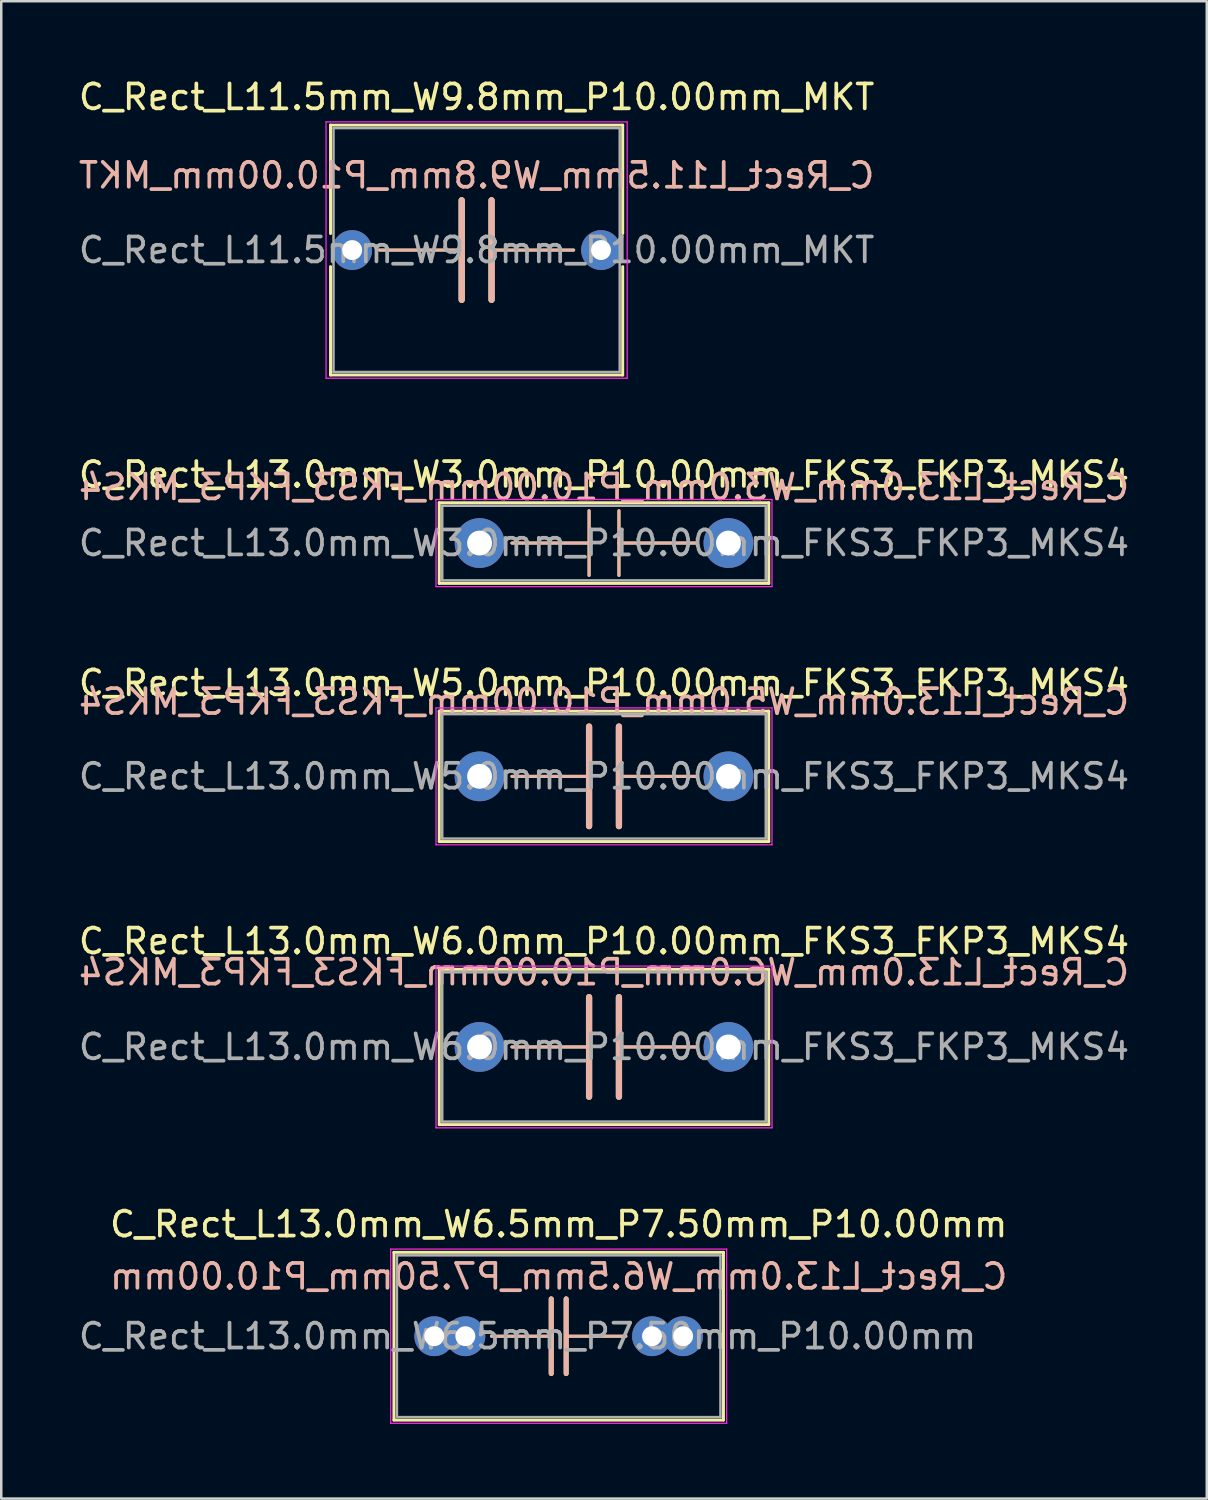
<source format=kicad_pcb>
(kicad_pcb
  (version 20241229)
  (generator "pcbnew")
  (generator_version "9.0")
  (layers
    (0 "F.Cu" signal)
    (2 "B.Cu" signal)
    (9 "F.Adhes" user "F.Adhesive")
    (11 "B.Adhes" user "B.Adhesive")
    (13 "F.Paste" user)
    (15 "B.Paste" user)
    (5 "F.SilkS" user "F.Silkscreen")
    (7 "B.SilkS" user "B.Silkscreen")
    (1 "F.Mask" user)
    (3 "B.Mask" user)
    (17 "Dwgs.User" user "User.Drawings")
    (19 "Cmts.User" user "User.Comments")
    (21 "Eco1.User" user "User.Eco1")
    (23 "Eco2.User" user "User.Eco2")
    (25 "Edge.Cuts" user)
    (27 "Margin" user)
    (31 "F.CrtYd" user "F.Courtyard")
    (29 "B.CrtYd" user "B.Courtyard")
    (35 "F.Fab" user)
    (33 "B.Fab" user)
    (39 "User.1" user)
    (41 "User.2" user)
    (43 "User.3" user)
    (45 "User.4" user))
  (footprint "C_Rect_L13.0mm_W6.5mm_P7.50mm_P10.00mm"
    (layer "F.Cu")
    (at 14.399 50.641)
    (property "Reference" "C_Rect_L13.0mm_W6.5mm_P7.50mm_P10.00mm" (at 5 -4.5 0) (layer "F.SilkS") (effects (font (size 1 1) (thickness 0.15))))
    (fp_line (start -1.62 -3.37) (end -1.62 3.37) (stroke (width 0.12) (type solid)) (layer "F.SilkS"))
    (fp_line (start -1.62 -3.37) (end 11.62 -3.37) (stroke (width 0.12) (type solid)) (layer "F.SilkS"))
    (fp_line (start -1.62 3.37) (end 11.62 3.37) (stroke (width 0.12) (type solid)) (layer "F.SilkS"))
    (fp_line (start 2.3 0) (end 4.7 0) (stroke (width 0.12) (type solid)) (layer "F.SilkS"))
    (fp_line (start 4.7 -1.5) (end 4.7 1.5) (stroke (width 0.2) (type solid)) (layer "F.SilkS"))
    (fp_line (start 5.3 -1.5) (end 5.3 1.5) (stroke (width 0.2) (type solid)) (layer "F.SilkS"))
    (fp_line (start 5.3 0) (end 7.7 0) (stroke (width 0.12) (type solid)) (layer "F.SilkS"))
    (fp_line (start 11.62 -3.37) (end 11.62 3.37) (stroke (width 0.12) (type solid)) (layer "F.SilkS"))
    (fp_line (start 2.3 0) (end 4.7 0) (stroke (width 0.12) (type solid)) (layer "B.SilkS"))
    (fp_line (start 4.7 1.5) (end 4.7 -1.5) (stroke (width 0.2) (type solid)) (layer "B.SilkS"))
    (fp_line (start 5.3 0) (end 7.7 0) (stroke (width 0.12) (type solid)) (layer "B.SilkS"))
    (fp_line (start 5.3 1.5) (end 5.3 -1.5) (stroke (width 0.2) (type solid)) (layer "B.SilkS"))
    (fp_line (start -1.75 -3.5) (end -1.75 3.5) (stroke (width 0.05) (type solid)) (layer "F.CrtYd"))
    (fp_line (start -1.75 3.5) (end 11.75 3.5) (stroke (width 0.05) (type solid)) (layer "F.CrtYd"))
    (fp_line (start 11.75 -3.5) (end -1.75 -3.5) (stroke (width 0.05) (type solid)) (layer "F.CrtYd"))
    (fp_line (start 11.75 3.5) (end 11.75 -3.5) (stroke (width 0.05) (type solid)) (layer "F.CrtYd"))
    (fp_line (start -1.5 -3.25) (end -1.5 3.25) (stroke (width 0.1) (type solid)) (layer "F.Fab"))
    (fp_line (start -1.5 3.25) (end 11.5 3.25) (stroke (width 0.1) (type solid)) (layer "F.Fab"))
    (fp_line (start 11.5 -3.25) (end -1.5 -3.25) (stroke (width 0.1) (type solid)) (layer "F.Fab"))
    (fp_line (start 11.5 3.25) (end 11.5 -3.25) (stroke (width 0.1) (type solid)) (layer "F.Fab"))
    (fp_text user "${REFERENCE}" (at 5 -2.4 0) (layer "B.SilkS") (effects (font (size 1 1) (thickness 0.15)) (justify mirror)))
    (fp_text user "${REFERENCE}" (at 3.75 0 0) (layer "F.Fab") (effects (font (size 1 1) (thickness 0.15))))
    (pad "1" thru_hole circle (at 0 0) (size 1.6 1.6) (drill 0.8) (layers "*.Cu" "*.Mask"))
    (pad "1" thru_hole circle (at 1.25 0) (size 1.6 1.6) (drill 0.8) (layers "*.Cu" "*.Mask"))
    (pad "2" thru_hole circle (at 8.75 0) (size 1.6 1.6) (drill 0.8) (layers "*.Cu" "*.Mask"))
    (pad "2" thru_hole circle (at 10 0) (size 1.6 1.6) (drill 0.8) (layers "*.Cu" "*.Mask")))
  (footprint "C_Rect_L13.0mm_W5.0mm_P10.00mm_FKS3_FKP3_MKS4"
    (layer "F.Cu")
    (at 16.22 28.145)
    (property "Reference" "C_Rect_L13.0mm_W5.0mm_P10.00mm_FKS3_FKP3_MKS4" (at 5 -3.75 0) (layer "F.SilkS") (effects (font (size 1 1) (thickness 0.15))))
    (fp_line (start -1.62 -2.62) (end -1.62 2.62) (stroke (width 0.12) (type solid)) (layer "F.SilkS"))
    (fp_line (start -1.62 -2.62) (end 11.62 -2.62) (stroke (width 0.12) (type solid)) (layer "F.SilkS"))
    (fp_line (start -1.62 2.62) (end 11.62 2.62) (stroke (width 0.12) (type solid)) (layer "F.SilkS"))
    (fp_line (start 1.3 0) (end 4.4 0) (stroke (width 0.12) (type solid)) (layer "F.SilkS"))
    (fp_line (start 4.4 2) (end 4.4 -2) (stroke (width 0.25) (type solid)) (layer "F.SilkS"))
    (fp_line (start 5.6 2) (end 5.6 -2) (stroke (width 0.25) (type solid)) (layer "F.SilkS"))
    (fp_line (start 8.7 0) (end 5.6 0) (stroke (width 0.12) (type solid)) (layer "F.SilkS"))
    (fp_line (start 11.62 -2.62) (end 11.62 2.62) (stroke (width 0.12) (type solid)) (layer "F.SilkS"))
    (fp_line (start 1.3 0) (end 4.4 0) (stroke (width 0.12) (type solid)) (layer "B.SilkS"))
    (fp_line (start 4.4 -2) (end 4.4 2) (stroke (width 0.25) (type solid)) (layer "B.SilkS"))
    (fp_line (start 5.6 -2) (end 5.6 2) (stroke (width 0.25) (type solid)) (layer "B.SilkS"))
    (fp_line (start 8.7 0) (end 5.6 0) (stroke (width 0.12) (type solid)) (layer "B.SilkS"))
    (fp_line (start -1.75 -2.75) (end -1.75 2.75) (stroke (width 0.05) (type solid)) (layer "F.CrtYd"))
    (fp_line (start -1.75 2.75) (end 11.75 2.75) (stroke (width 0.05) (type solid)) (layer "F.CrtYd"))
    (fp_line (start 11.75 -2.75) (end -1.75 -2.75) (stroke (width 0.05) (type solid)) (layer "F.CrtYd"))
    (fp_line (start 11.75 2.75) (end 11.75 -2.75) (stroke (width 0.05) (type solid)) (layer "F.CrtYd"))
    (fp_line (start -1.5 -2.5) (end -1.5 2.5) (stroke (width 0.1) (type solid)) (layer "F.Fab"))
    (fp_line (start -1.5 2.5) (end 11.5 2.5) (stroke (width 0.1) (type solid)) (layer "F.Fab"))
    (fp_line (start 11.5 -2.5) (end -1.5 -2.5) (stroke (width 0.1) (type solid)) (layer "F.Fab"))
    (fp_line (start 11.5 2.5) (end 11.5 -2.5) (stroke (width 0.1) (type solid)) (layer "F.Fab"))
    (fp_text user "${REFERENCE}" (at 5 -3 0) (layer "B.SilkS") (effects (font (size 1 1) (thickness 0.15)) (justify mirror)))
    (fp_text user "${REFERENCE}" (at 5 0 0) (layer "F.Fab") (effects (font (size 1 1) (thickness 0.15))))
    (pad "1" thru_hole circle (at 0 0) (size 2 2) (drill 1) (layers "*.Cu" "*.Mask"))
    (pad "2" thru_hole circle (at 10 0) (size 2 2) (drill 1) (layers "*.Cu" "*.Mask")))
  (footprint "C_Rect_L13.0mm_W3.0mm_P10.00mm_FKS3_FKP3_MKS4"
    (layer "F.Cu")
    (at 16.22 18.771)
    (property "Reference" "C_Rect_L13.0mm_W3.0mm_P10.00mm_FKS3_FKP3_MKS4" (at 5 -2.75 0) (layer "F.SilkS") (effects (font (size 1 1) (thickness 0.15))))
    (fp_line (start -1.62 -1.62) (end -1.62 1.62) (stroke (width 0.12) (type solid)) (layer "F.SilkS"))
    (fp_line (start -1.62 -1.62) (end 11.62 -1.62) (stroke (width 0.12) (type solid)) (layer "F.SilkS"))
    (fp_line (start -1.62 1.62) (end 11.62 1.62) (stroke (width 0.12) (type solid)) (layer "F.SilkS"))
    (fp_line (start 1.3 0) (end 4.4 0) (stroke (width 0.12) (type solid)) (layer "F.SilkS"))
    (fp_line (start 4.4 1.3) (end 4.4 -1.3) (stroke (width 0.12) (type solid)) (layer "F.SilkS"))
    (fp_line (start 5.6 1.3) (end 5.6 -1.3) (stroke (width 0.12) (type solid)) (layer "F.SilkS"))
    (fp_line (start 8.7 0) (end 5.6 0) (stroke (width 0.12) (type solid)) (layer "F.SilkS"))
    (fp_line (start 11.62 -1.62) (end 11.62 1.62) (stroke (width 0.12) (type solid)) (layer "F.SilkS"))
    (fp_line (start 1.3 0) (end 4.4 0) (stroke (width 0.12) (type solid)) (layer "B.SilkS"))
    (fp_line (start 4.4 -1.3) (end 4.4 1.3) (stroke (width 0.12) (type solid)) (layer "B.SilkS"))
    (fp_line (start 5.6 -1.3) (end 5.6 1.3) (stroke (width 0.12) (type solid)) (layer "B.SilkS"))
    (fp_line (start 8.7 0) (end 5.6 0) (stroke (width 0.12) (type solid)) (layer "B.SilkS"))
    (fp_line (start -1.75 -1.75) (end -1.75 1.75) (stroke (width 0.05) (type solid)) (layer "F.CrtYd"))
    (fp_line (start -1.75 1.75) (end 11.75 1.75) (stroke (width 0.05) (type solid)) (layer "F.CrtYd"))
    (fp_line (start 11.75 -1.75) (end -1.75 -1.75) (stroke (width 0.05) (type solid)) (layer "F.CrtYd"))
    (fp_line (start 11.75 1.75) (end 11.75 -1.75) (stroke (width 0.05) (type solid)) (layer "F.CrtYd"))
    (fp_line (start -1.5 -1.5) (end -1.5 1.5) (stroke (width 0.1) (type solid)) (layer "F.Fab"))
    (fp_line (start -1.5 1.5) (end 11.5 1.5) (stroke (width 0.1) (type solid)) (layer "F.Fab"))
    (fp_line (start 11.5 -1.5) (end -1.5 -1.5) (stroke (width 0.1) (type solid)) (layer "F.Fab"))
    (fp_line (start 11.5 1.5) (end 11.5 -1.5) (stroke (width 0.1) (type solid)) (layer "F.Fab"))
    (fp_text user "${REFERENCE}" (at 5 -2.25 0) (layer "B.SilkS") (effects (font (size 1 1) (thickness 0.15)) (justify mirror)))
    (fp_text user "${REFERENCE}" (at 5 0 0) (layer "F.Fab") (effects (font (size 1 1) (thickness 0.15))))
    (pad "1" thru_hole circle (at 0 0) (size 2 2) (drill 1) (layers "*.Cu" "*.Mask"))
    (pad "2" thru_hole circle (at 10 0) (size 2 2) (drill 1) (layers "*.Cu" "*.Mask")))
  (footprint "C_Rect_L11.5mm_W9.8mm_P10.00mm_MKT"
    (layer "F.Cu")
    (at 11.101 6.998)
    (property "Reference" "C_Rect_L11.5mm_W9.8mm_P10.00mm_MKT" (at 5 -6.15 0) (layer "F.SilkS") (effects (font (size 1 1) (thickness 0.15))))
    (fp_line (start -0.87 -5.02) (end -0.87 -0.665) (stroke (width 0.12) (type solid)) (layer "F.SilkS"))
    (fp_line (start -0.87 -5.02) (end 10.87 -5.02) (stroke (width 0.12) (type solid)) (layer "F.SilkS"))
    (fp_line (start -0.87 0.665) (end -0.87 5.02) (stroke (width 0.12) (type solid)) (layer "F.SilkS"))
    (fp_line (start -0.87 5.02) (end 10.87 5.02) (stroke (width 0.12) (type solid)) (layer "F.SilkS"))
    (fp_line (start 1.1 0) (end 4.4 0) (stroke (width 0.12) (type solid)) (layer "F.SilkS"))
    (fp_line (start 4.4 2) (end 4.4 -2) (stroke (width 0.25) (type solid)) (layer "F.SilkS"))
    (fp_line (start 5.6 2) (end 5.6 -2) (stroke (width 0.25) (type solid)) (layer "F.SilkS"))
    (fp_line (start 8.9 0) (end 5.6 0) (stroke (width 0.12) (type solid)) (layer "F.SilkS"))
    (fp_line (start 10.87 -5.02) (end 10.87 -0.665) (stroke (width 0.12) (type solid)) (layer "F.SilkS"))
    (fp_line (start 10.87 0.665) (end 10.87 5.02) (stroke (width 0.12) (type solid)) (layer "F.SilkS"))
    (fp_line (start 1.1 0) (end 4.4 0) (stroke (width 0.12) (type solid)) (layer "B.SilkS"))
    (fp_line (start 4.4 -2) (end 4.4 2) (stroke (width 0.25) (type solid)) (layer "B.SilkS"))
    (fp_line (start 5.6 -2) (end 5.6 2) (stroke (width 0.25) (type solid)) (layer "B.SilkS"))
    (fp_line (start 8.9 0) (end 5.6 0) (stroke (width 0.12) (type solid)) (layer "B.SilkS"))
    (fp_line (start -1.05 -5.15) (end -1.05 5.15) (stroke (width 0.05) (type solid)) (layer "F.CrtYd"))
    (fp_line (start -1.05 5.15) (end 11.05 5.15) (stroke (width 0.05) (type solid)) (layer "F.CrtYd"))
    (fp_line (start 11.05 -5.15) (end -1.05 -5.15) (stroke (width 0.05) (type solid)) (layer "F.CrtYd"))
    (fp_line (start 11.05 5.15) (end 11.05 -5.15) (stroke (width 0.05) (type solid)) (layer "F.CrtYd"))
    (fp_line (start -0.75 -4.9) (end -0.75 4.9) (stroke (width 0.1) (type solid)) (layer "F.Fab"))
    (fp_line (start -0.75 4.9) (end 10.75 4.9) (stroke (width 0.1) (type solid)) (layer "F.Fab"))
    (fp_line (start 10.75 -4.9) (end -0.75 -4.9) (stroke (width 0.1) (type solid)) (layer "F.Fab"))
    (fp_line (start 10.75 4.9) (end 10.75 -4.9) (stroke (width 0.1) (type solid)) (layer "F.Fab"))
    (fp_text user "${REFERENCE}" (at 5 -3 0) (layer "B.SilkS") (effects (font (size 1 1) (thickness 0.15)) (justify mirror)))
    (fp_text user "${REFERENCE}" (at 5 0 0) (layer "F.Fab") (effects (font (size 1 1) (thickness 0.15))))
    (pad "1" thru_hole circle (at 0 0) (size 1.6 1.6) (drill 0.8) (layers "*.Cu" "*.Mask"))
    (pad "2" thru_hole circle (at 10 0) (size 1.6 1.6) (drill 0.8) (layers "*.Cu" "*.Mask")))
  (footprint "C_Rect_L13.0mm_W6.0mm_P10.00mm_FKS3_FKP3_MKS4"
    (layer "F.Cu")
    (at 16.22 39.018)
    (property "Reference" "C_Rect_L13.0mm_W6.0mm_P10.00mm_FKS3_FKP3_MKS4" (at 5 -4.25 0) (layer "F.SilkS") (effects (font (size 1 1) (thickness 0.15))))
    (fp_line (start -1.62 -3.12) (end -1.62 3.12) (stroke (width 0.12) (type solid)) (layer "F.SilkS"))
    (fp_line (start -1.62 -3.12) (end 11.62 -3.12) (stroke (width 0.12) (type solid)) (layer "F.SilkS"))
    (fp_line (start -1.62 3.12) (end 11.62 3.12) (stroke (width 0.12) (type solid)) (layer "F.SilkS"))
    (fp_line (start 1.3 0) (end 4.4 0) (stroke (width 0.12) (type solid)) (layer "F.SilkS"))
    (fp_line (start 4.4 2) (end 4.4 -2) (stroke (width 0.25) (type solid)) (layer "F.SilkS"))
    (fp_line (start 5.6 2) (end 5.6 -2) (stroke (width 0.25) (type solid)) (layer "F.SilkS"))
    (fp_line (start 8.7 0) (end 5.6 0) (stroke (width 0.12) (type solid)) (layer "F.SilkS"))
    (fp_line (start 11.62 -3.12) (end 11.62 3.12) (stroke (width 0.12) (type solid)) (layer "F.SilkS"))
    (fp_line (start 1.3 0) (end 4.4 0) (stroke (width 0.12) (type solid)) (layer "B.SilkS"))
    (fp_line (start 4.4 -2) (end 4.4 2) (stroke (width 0.25) (type solid)) (layer "B.SilkS"))
    (fp_line (start 5.6 -2) (end 5.6 2) (stroke (width 0.25) (type solid)) (layer "B.SilkS"))
    (fp_line (start 8.7 0) (end 5.6 0) (stroke (width 0.12) (type solid)) (layer "B.SilkS"))
    (fp_line (start -1.75 -3.25) (end -1.75 3.25) (stroke (width 0.05) (type solid)) (layer "F.CrtYd"))
    (fp_line (start -1.75 3.25) (end 11.75 3.25) (stroke (width 0.05) (type solid)) (layer "F.CrtYd"))
    (fp_line (start 11.75 -3.25) (end -1.75 -3.25) (stroke (width 0.05) (type solid)) (layer "F.CrtYd"))
    (fp_line (start 11.75 3.25) (end 11.75 -3.25) (stroke (width 0.05) (type solid)) (layer "F.CrtYd"))
    (fp_line (start -1.5 -3) (end -1.5 3) (stroke (width 0.1) (type solid)) (layer "F.Fab"))
    (fp_line (start -1.5 3) (end 11.5 3) (stroke (width 0.1) (type solid)) (layer "F.Fab"))
    (fp_line (start 11.5 -3) (end -1.5 -3) (stroke (width 0.1) (type solid)) (layer "F.Fab"))
    (fp_line (start 11.5 3) (end 11.5 -3) (stroke (width 0.1) (type solid)) (layer "F.Fab"))
    (fp_text user "${REFERENCE}" (at 5 -3 0) (layer "B.SilkS") (effects (font (size 1 1) (thickness 0.15)) (justify mirror)))
    (fp_text user "${REFERENCE}" (at 5 0 0) (layer "F.Fab") (effects (font (size 1 1) (thickness 0.15))))
    (pad "1" thru_hole circle (at 0 0) (size 2 2) (drill 1) (layers "*.Cu" "*.Mask"))
    (pad "2" thru_hole circle (at 10 0) (size 2 2) (drill 1) (layers "*.Cu" "*.Mask")))
  (gr_rect
    (start -3 -3)
    (end 45.44 57.166)
    (stroke (width 0.1) (type default))
    (fill no)
    (layer "Edge.Cuts")))
</source>
